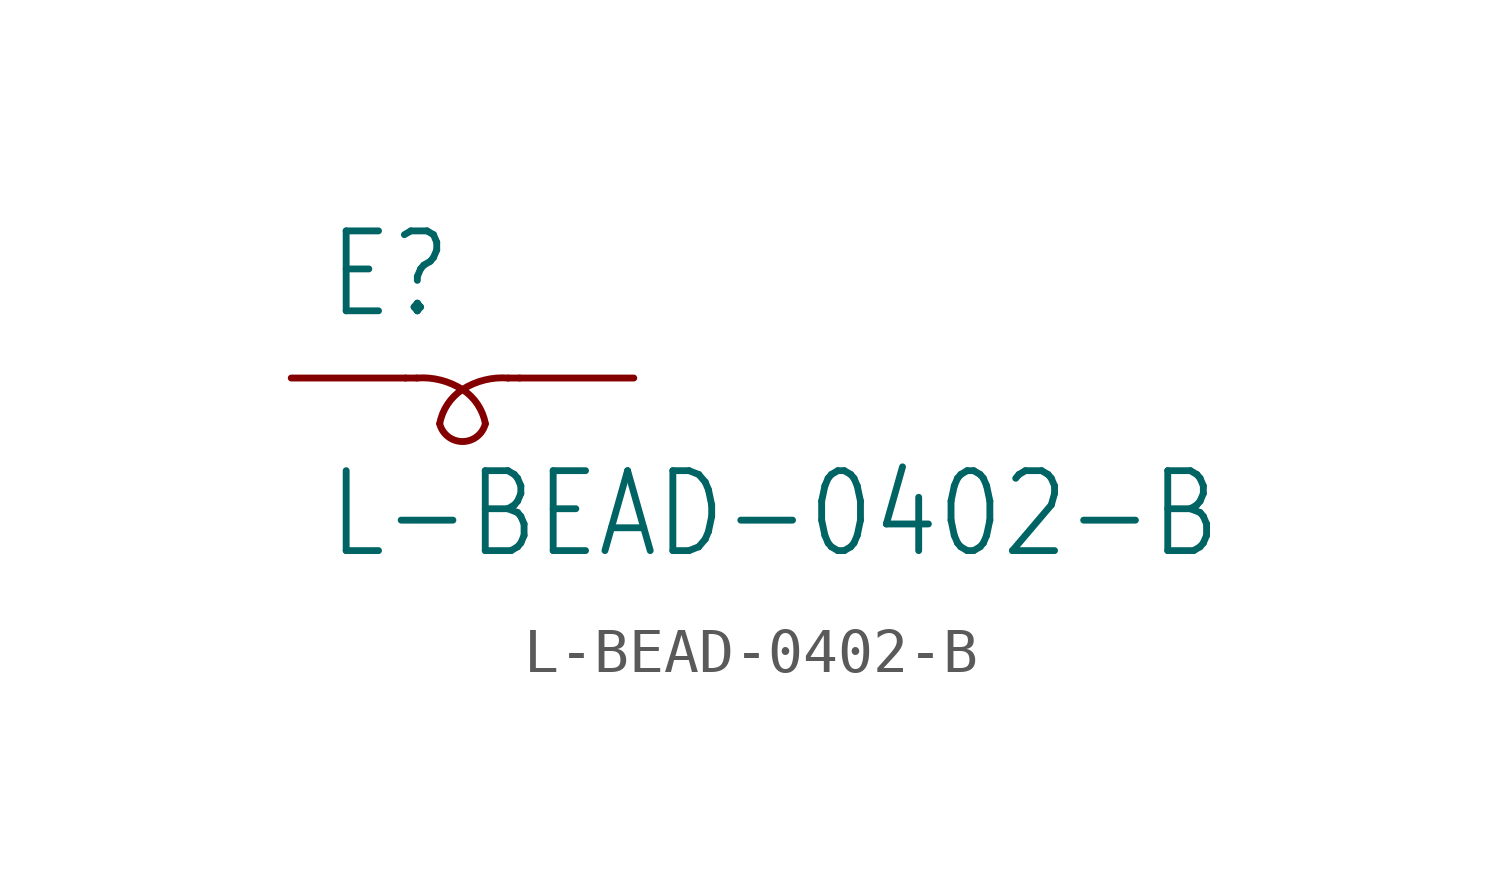
<source format=kicad_sym>
(kicad_symbol_lib
  (version 20211014)
  (generator kicad_symbol_editor)
  (symbol "L-BEAD-0402-B"
    (property "Reference" "E"
      (at -4.318 1.27 0)
      (effects (font (size 1.778 1.511)) (justify left bottom)))
    (property "Value" "L-BEAD-0402-B"
      (at -4.318 -4.064 0)
      (effects (font (size 1.778 1.511)) (justify left bottom)))
    (property "ki_locked" ""
      (at 0 0 0)
      (effects (font (size 1.27 1.27))))
    (symbol "L-BEAD-0402-B_1_0"
      (arc (start -1.778 -1.016) (mid -1.27 -1.6666) (end -0.762 -1.016) (stroke (width 0.1524) (type default) (color 0 0 0 0)) (fill (type none)))
      (arc (start -1.27 -0.254) (mid -1.7574 -0.0446) (end -2.286 0) (stroke (width 0.1524) (type default) (color 0 0 0 0)) (fill (type none)))
      (arc (start -1.27 -0.254) (mid -1.6022 -0.5829) (end -1.778 -1.016) (stroke (width 0.1524) (type default) (color 0 0 0 0)) (fill (type none)))
      (arc (start -0.762 -1.016) (mid -0.9378 -0.5828) (end -1.27 -0.254) (stroke (width 0.1524) (type default) (color 0 0 0 0)) (fill (type none)))
      (arc (start -0.254 0) (mid -0.7826 -0.0446) (end -1.27 -0.254) (stroke (width 0.1524) (type default) (color 0 0 0 0)) (fill (type none)))
      (polyline (pts (xy -2.54 0) (xy -2.286 0)) (stroke (width 0.152) (type default) (color 0 0 0 0)) (fill (type none)))
      (polyline (pts (xy -0.254 0) (xy 0 0)) (stroke (width 0.152) (type default) (color 0 0 0 0)) (fill (type none)))
      (pin passive line (at -5.08 0 0) (length 2.54) (name "1" (effects (font (size 0 0)))) (number "1" (effects (font (size 0 0)))))
      (pin passive line (at 2.54 0 180) (length 2.54) (name "2" (effects (font (size 0 0)))) (number "2" (effects (font (size 0 0))))))))
</source>
